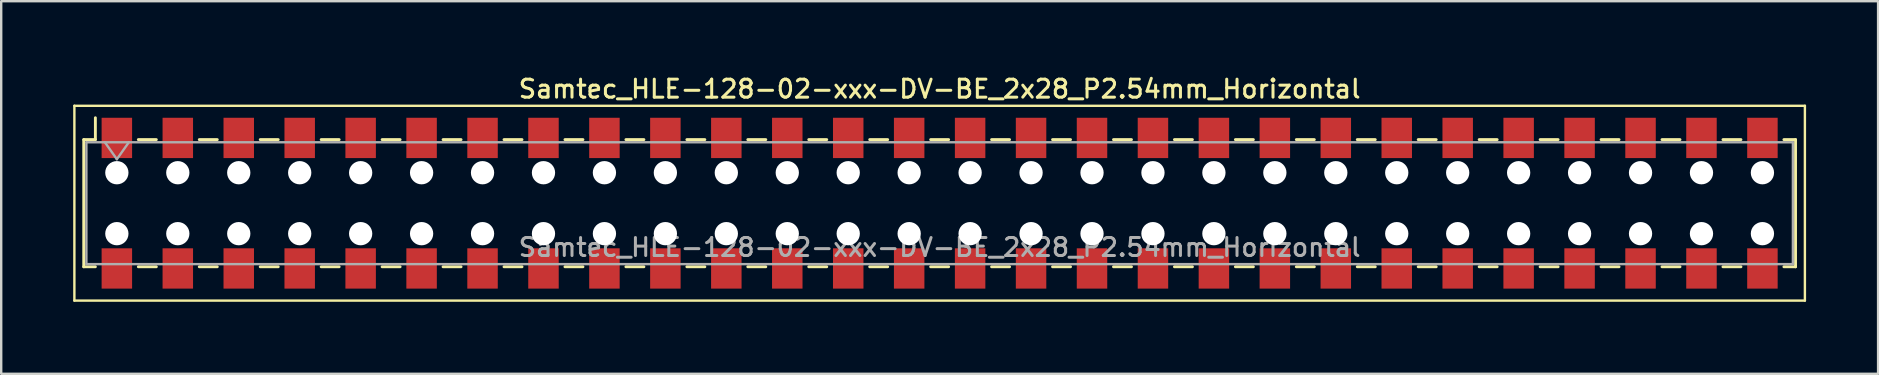
<source format=kicad_pcb>
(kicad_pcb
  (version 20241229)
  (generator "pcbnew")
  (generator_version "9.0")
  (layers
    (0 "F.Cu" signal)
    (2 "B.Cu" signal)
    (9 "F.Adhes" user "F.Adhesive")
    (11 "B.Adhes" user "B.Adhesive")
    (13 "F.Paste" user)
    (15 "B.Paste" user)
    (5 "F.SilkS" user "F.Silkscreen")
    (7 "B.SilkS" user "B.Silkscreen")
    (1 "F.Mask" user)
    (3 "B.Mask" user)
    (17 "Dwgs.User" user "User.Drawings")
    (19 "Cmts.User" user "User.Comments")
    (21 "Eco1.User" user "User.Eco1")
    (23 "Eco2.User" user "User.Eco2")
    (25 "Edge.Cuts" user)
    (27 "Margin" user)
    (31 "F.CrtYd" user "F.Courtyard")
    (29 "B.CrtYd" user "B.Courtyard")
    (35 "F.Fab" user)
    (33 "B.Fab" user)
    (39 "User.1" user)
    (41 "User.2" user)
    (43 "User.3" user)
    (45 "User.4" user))
  (footprint "Samtec_HLE-128-02-xxx-DV-BE_2x28_P2.54mm_Horizontal"
    (layer "F.Cu")
    (at 36.11 5.418)
    (property "Reference" "Samtec_HLE-128-02-xxx-DV-BE_2x28_P2.54mm_Horizontal" (at 0 -4.76 0) (layer "F.SilkS") (effects (font (size 0.75 0.75) (thickness 0.125))))
    (attr smd)
    (fp_line (start -36.06 -4.06) (end 36.06 -4.06) (stroke (width 0.1) (type solid)) (layer "F.SilkS"))
    (fp_line (start -36.06 4.06) (end -36.06 -4.06) (stroke (width 0.1) (type solid)) (layer "F.SilkS"))
    (fp_line (start -35.67 -2.65) (end -35.67 2.65) (stroke (width 0.12) (type solid)) (layer "F.SilkS"))
    (fp_line (start -35.67 2.65) (end -35.185 2.65) (stroke (width 0.12) (type solid)) (layer "F.SilkS"))
    (fp_line (start -35.185 -3.56) (end -35.185 -2.65) (stroke (width 0.12) (type solid)) (layer "F.SilkS"))
    (fp_line (start -35.185 -2.65) (end -35.67 -2.65) (stroke (width 0.12) (type solid)) (layer "F.SilkS"))
    (fp_line (start -33.395 -2.65) (end -32.645 -2.65) (stroke (width 0.12) (type solid)) (layer "F.SilkS"))
    (fp_line (start -33.395 2.65) (end -32.645 2.65) (stroke (width 0.12) (type solid)) (layer "F.SilkS"))
    (fp_line (start -30.855 -2.65) (end -30.105 -2.65) (stroke (width 0.12) (type solid)) (layer "F.SilkS"))
    (fp_line (start -30.855 2.65) (end -30.105 2.65) (stroke (width 0.12) (type solid)) (layer "F.SilkS"))
    (fp_line (start -28.315 -2.65) (end -27.565 -2.65) (stroke (width 0.12) (type solid)) (layer "F.SilkS"))
    (fp_line (start -28.315 2.65) (end -27.565 2.65) (stroke (width 0.12) (type solid)) (layer "F.SilkS"))
    (fp_line (start -25.775 -2.65) (end -25.025 -2.65) (stroke (width 0.12) (type solid)) (layer "F.SilkS"))
    (fp_line (start -25.775 2.65) (end -25.025 2.65) (stroke (width 0.12) (type solid)) (layer "F.SilkS"))
    (fp_line (start -23.235 -2.65) (end -22.485 -2.65) (stroke (width 0.12) (type solid)) (layer "F.SilkS"))
    (fp_line (start -23.235 2.65) (end -22.485 2.65) (stroke (width 0.12) (type solid)) (layer "F.SilkS"))
    (fp_line (start -20.695 -2.65) (end -19.945 -2.65) (stroke (width 0.12) (type solid)) (layer "F.SilkS"))
    (fp_line (start -20.695 2.65) (end -19.945 2.65) (stroke (width 0.12) (type solid)) (layer "F.SilkS"))
    (fp_line (start -18.155 -2.65) (end -17.405 -2.65) (stroke (width 0.12) (type solid)) (layer "F.SilkS"))
    (fp_line (start -18.155 2.65) (end -17.405 2.65) (stroke (width 0.12) (type solid)) (layer "F.SilkS"))
    (fp_line (start -15.615 -2.65) (end -14.865 -2.65) (stroke (width 0.12) (type solid)) (layer "F.SilkS"))
    (fp_line (start -15.615 2.65) (end -14.865 2.65) (stroke (width 0.12) (type solid)) (layer "F.SilkS"))
    (fp_line (start -13.075 -2.65) (end -12.325 -2.65) (stroke (width 0.12) (type solid)) (layer "F.SilkS"))
    (fp_line (start -13.075 2.65) (end -12.325 2.65) (stroke (width 0.12) (type solid)) (layer "F.SilkS"))
    (fp_line (start -10.535 -2.65) (end -9.785 -2.65) (stroke (width 0.12) (type solid)) (layer "F.SilkS"))
    (fp_line (start -10.535 2.65) (end -9.785 2.65) (stroke (width 0.12) (type solid)) (layer "F.SilkS"))
    (fp_line (start -7.995 -2.65) (end -7.245 -2.65) (stroke (width 0.12) (type solid)) (layer "F.SilkS"))
    (fp_line (start -7.995 2.65) (end -7.245 2.65) (stroke (width 0.12) (type solid)) (layer "F.SilkS"))
    (fp_line (start -5.455 -2.65) (end -4.705 -2.65) (stroke (width 0.12) (type solid)) (layer "F.SilkS"))
    (fp_line (start -5.455 2.65) (end -4.705 2.65) (stroke (width 0.12) (type solid)) (layer "F.SilkS"))
    (fp_line (start -2.915 -2.65) (end -2.165 -2.65) (stroke (width 0.12) (type solid)) (layer "F.SilkS"))
    (fp_line (start -2.915 2.65) (end -2.165 2.65) (stroke (width 0.12) (type solid)) (layer "F.SilkS"))
    (fp_line (start -0.375 -2.65) (end 0.375 -2.65) (stroke (width 0.12) (type solid)) (layer "F.SilkS"))
    (fp_line (start -0.375 2.65) (end 0.375 2.65) (stroke (width 0.12) (type solid)) (layer "F.SilkS"))
    (fp_line (start 2.165 -2.65) (end 2.915 -2.65) (stroke (width 0.12) (type solid)) (layer "F.SilkS"))
    (fp_line (start 2.165 2.65) (end 2.915 2.65) (stroke (width 0.12) (type solid)) (layer "F.SilkS"))
    (fp_line (start 4.705 -2.65) (end 5.455 -2.65) (stroke (width 0.12) (type solid)) (layer "F.SilkS"))
    (fp_line (start 4.705 2.65) (end 5.455 2.65) (stroke (width 0.12) (type solid)) (layer "F.SilkS"))
    (fp_line (start 7.245 -2.65) (end 7.995 -2.65) (stroke (width 0.12) (type solid)) (layer "F.SilkS"))
    (fp_line (start 7.245 2.65) (end 7.995 2.65) (stroke (width 0.12) (type solid)) (layer "F.SilkS"))
    (fp_line (start 9.785 -2.65) (end 10.535 -2.65) (stroke (width 0.12) (type solid)) (layer "F.SilkS"))
    (fp_line (start 9.785 2.65) (end 10.535 2.65) (stroke (width 0.12) (type solid)) (layer "F.SilkS"))
    (fp_line (start 12.325 -2.65) (end 13.075 -2.65) (stroke (width 0.12) (type solid)) (layer "F.SilkS"))
    (fp_line (start 12.325 2.65) (end 13.075 2.65) (stroke (width 0.12) (type solid)) (layer "F.SilkS"))
    (fp_line (start 14.865 -2.65) (end 15.615 -2.65) (stroke (width 0.12) (type solid)) (layer "F.SilkS"))
    (fp_line (start 14.865 2.65) (end 15.615 2.65) (stroke (width 0.12) (type solid)) (layer "F.SilkS"))
    (fp_line (start 17.405 -2.65) (end 18.155 -2.65) (stroke (width 0.12) (type solid)) (layer "F.SilkS"))
    (fp_line (start 17.405 2.65) (end 18.155 2.65) (stroke (width 0.12) (type solid)) (layer "F.SilkS"))
    (fp_line (start 19.945 -2.65) (end 20.695 -2.65) (stroke (width 0.12) (type solid)) (layer "F.SilkS"))
    (fp_line (start 19.945 2.65) (end 20.695 2.65) (stroke (width 0.12) (type solid)) (layer "F.SilkS"))
    (fp_line (start 22.485 -2.65) (end 23.235 -2.65) (stroke (width 0.12) (type solid)) (layer "F.SilkS"))
    (fp_line (start 22.485 2.65) (end 23.235 2.65) (stroke (width 0.12) (type solid)) (layer "F.SilkS"))
    (fp_line (start 25.025 -2.65) (end 25.775 -2.65) (stroke (width 0.12) (type solid)) (layer "F.SilkS"))
    (fp_line (start 25.025 2.65) (end 25.775 2.65) (stroke (width 0.12) (type solid)) (layer "F.SilkS"))
    (fp_line (start 27.565 -2.65) (end 28.315 -2.65) (stroke (width 0.12) (type solid)) (layer "F.SilkS"))
    (fp_line (start 27.565 2.65) (end 28.315 2.65) (stroke (width 0.12) (type solid)) (layer "F.SilkS"))
    (fp_line (start 30.105 -2.65) (end 30.855 -2.65) (stroke (width 0.12) (type solid)) (layer "F.SilkS"))
    (fp_line (start 30.105 2.65) (end 30.855 2.65) (stroke (width 0.12) (type solid)) (layer "F.SilkS"))
    (fp_line (start 32.645 -2.65) (end 33.395 -2.65) (stroke (width 0.12) (type solid)) (layer "F.SilkS"))
    (fp_line (start 32.645 2.65) (end 33.395 2.65) (stroke (width 0.12) (type solid)) (layer "F.SilkS"))
    (fp_line (start 35.185 -2.65) (end 35.67 -2.65) (stroke (width 0.12) (type solid)) (layer "F.SilkS"))
    (fp_line (start 35.67 -2.65) (end 35.67 2.65) (stroke (width 0.12) (type solid)) (layer "F.SilkS"))
    (fp_line (start 35.67 2.65) (end 35.185 2.65) (stroke (width 0.12) (type solid)) (layer "F.SilkS"))
    (fp_line (start 36.06 -4.06) (end 36.06 4.06) (stroke (width 0.1) (type solid)) (layer "F.SilkS"))
    (fp_line (start 36.06 4.06) (end -36.06 4.06) (stroke (width 0.1) (type solid)) (layer "F.SilkS"))
    (fp_line (start -35.56 -2.54) (end 35.56 -2.54) (stroke (width 0.1) (type solid)) (layer "F.Fab"))
    (fp_line (start -35.56 2.54) (end -35.56 -2.54) (stroke (width 0.1) (type solid)) (layer "F.Fab"))
    (fp_line (start -34.79 -2.54) (end -34.29 -1.833) (stroke (width 0.1) (type solid)) (layer "F.Fab"))
    (fp_line (start -34.29 -1.833) (end -33.79 -2.54) (stroke (width 0.1) (type solid)) (layer "F.Fab"))
    (fp_line (start 35.56 -2.54) (end 35.56 2.54) (stroke (width 0.1) (type solid)) (layer "F.Fab"))
    (fp_line (start 35.56 2.54) (end -35.56 2.54) (stroke (width 0.1) (type solid)) (layer "F.Fab"))
    (fp_text user "${REFERENCE}" (at 0 1.84 0) (layer "F.Fab") (effects (font (size 0.75 0.75) (thickness 0.125))))
    (pad "" np_thru_hole circle (at -34.29 -1.27) (size 0.97 0.97) (drill 0.97) (layers "*.Cu" "*.Mask"))
    (pad "" np_thru_hole circle (at -34.29 1.27) (size 0.97 0.97) (drill 0.97) (layers "*.Cu" "*.Mask"))
    (pad "" np_thru_hole circle (at -31.75 -1.27) (size 0.97 0.97) (drill 0.97) (layers "*.Cu" "*.Mask"))
    (pad "" np_thru_hole circle (at -31.75 1.27) (size 0.97 0.97) (drill 0.97) (layers "*.Cu" "*.Mask"))
    (pad "" np_thru_hole circle (at -29.21 -1.27) (size 0.97 0.97) (drill 0.97) (layers "*.Cu" "*.Mask"))
    (pad "" np_thru_hole circle (at -29.21 1.27) (size 0.97 0.97) (drill 0.97) (layers "*.Cu" "*.Mask"))
    (pad "" np_thru_hole circle (at -26.67 -1.27) (size 0.97 0.97) (drill 0.97) (layers "*.Cu" "*.Mask"))
    (pad "" np_thru_hole circle (at -26.67 1.27) (size 0.97 0.97) (drill 0.97) (layers "*.Cu" "*.Mask"))
    (pad "" np_thru_hole circle (at -24.13 -1.27) (size 0.97 0.97) (drill 0.97) (layers "*.Cu" "*.Mask"))
    (pad "" np_thru_hole circle (at -24.13 1.27) (size 0.97 0.97) (drill 0.97) (layers "*.Cu" "*.Mask"))
    (pad "" np_thru_hole circle (at -21.59 -1.27) (size 0.97 0.97) (drill 0.97) (layers "*.Cu" "*.Mask"))
    (pad "" np_thru_hole circle (at -21.59 1.27) (size 0.97 0.97) (drill 0.97) (layers "*.Cu" "*.Mask"))
    (pad "" np_thru_hole circle (at -19.05 -1.27) (size 0.97 0.97) (drill 0.97) (layers "*.Cu" "*.Mask"))
    (pad "" np_thru_hole circle (at -19.05 1.27) (size 0.97 0.97) (drill 0.97) (layers "*.Cu" "*.Mask"))
    (pad "" np_thru_hole circle (at -16.51 -1.27) (size 0.97 0.97) (drill 0.97) (layers "*.Cu" "*.Mask"))
    (pad "" np_thru_hole circle (at -16.51 1.27) (size 0.97 0.97) (drill 0.97) (layers "*.Cu" "*.Mask"))
    (pad "" np_thru_hole circle (at -13.97 -1.27) (size 0.97 0.97) (drill 0.97) (layers "*.Cu" "*.Mask"))
    (pad "" np_thru_hole circle (at -13.97 1.27) (size 0.97 0.97) (drill 0.97) (layers "*.Cu" "*.Mask"))
    (pad "" np_thru_hole circle (at -11.43 -1.27) (size 0.97 0.97) (drill 0.97) (layers "*.Cu" "*.Mask"))
    (pad "" np_thru_hole circle (at -11.43 1.27) (size 0.97 0.97) (drill 0.97) (layers "*.Cu" "*.Mask"))
    (pad "" np_thru_hole circle (at -8.89 -1.27) (size 0.97 0.97) (drill 0.97) (layers "*.Cu" "*.Mask"))
    (pad "" np_thru_hole circle (at -8.89 1.27) (size 0.97 0.97) (drill 0.97) (layers "*.Cu" "*.Mask"))
    (pad "" np_thru_hole circle (at -6.35 -1.27) (size 0.97 0.97) (drill 0.97) (layers "*.Cu" "*.Mask"))
    (pad "" np_thru_hole circle (at -6.35 1.27) (size 0.97 0.97) (drill 0.97) (layers "*.Cu" "*.Mask"))
    (pad "" np_thru_hole circle (at -3.81 -1.27) (size 0.97 0.97) (drill 0.97) (layers "*.Cu" "*.Mask"))
    (pad "" np_thru_hole circle (at -3.81 1.27) (size 0.97 0.97) (drill 0.97) (layers "*.Cu" "*.Mask"))
    (pad "" np_thru_hole circle (at -1.27 -1.27) (size 0.97 0.97) (drill 0.97) (layers "*.Cu" "*.Mask"))
    (pad "" np_thru_hole circle (at -1.27 1.27) (size 0.97 0.97) (drill 0.97) (layers "*.Cu" "*.Mask"))
    (pad "" np_thru_hole circle (at 1.27 -1.27) (size 0.97 0.97) (drill 0.97) (layers "*.Cu" "*.Mask"))
    (pad "" np_thru_hole circle (at 1.27 1.27) (size 0.97 0.97) (drill 0.97) (layers "*.Cu" "*.Mask"))
    (pad "" np_thru_hole circle (at 3.81 -1.27) (size 0.97 0.97) (drill 0.97) (layers "*.Cu" "*.Mask"))
    (pad "" np_thru_hole circle (at 3.81 1.27) (size 0.97 0.97) (drill 0.97) (layers "*.Cu" "*.Mask"))
    (pad "" np_thru_hole circle (at 6.35 -1.27) (size 0.97 0.97) (drill 0.97) (layers "*.Cu" "*.Mask"))
    (pad "" np_thru_hole circle (at 6.35 1.27) (size 0.97 0.97) (drill 0.97) (layers "*.Cu" "*.Mask"))
    (pad "" np_thru_hole circle (at 8.89 -1.27) (size 0.97 0.97) (drill 0.97) (layers "*.Cu" "*.Mask"))
    (pad "" np_thru_hole circle (at 8.89 1.27) (size 0.97 0.97) (drill 0.97) (layers "*.Cu" "*.Mask"))
    (pad "" np_thru_hole circle (at 11.43 -1.27) (size 0.97 0.97) (drill 0.97) (layers "*.Cu" "*.Mask"))
    (pad "" np_thru_hole circle (at 11.43 1.27) (size 0.97 0.97) (drill 0.97) (layers "*.Cu" "*.Mask"))
    (pad "" np_thru_hole circle (at 13.97 -1.27) (size 0.97 0.97) (drill 0.97) (layers "*.Cu" "*.Mask"))
    (pad "" np_thru_hole circle (at 13.97 1.27) (size 0.97 0.97) (drill 0.97) (layers "*.Cu" "*.Mask"))
    (pad "" np_thru_hole circle (at 16.51 -1.27) (size 0.97 0.97) (drill 0.97) (layers "*.Cu" "*.Mask"))
    (pad "" np_thru_hole circle (at 16.51 1.27) (size 0.97 0.97) (drill 0.97) (layers "*.Cu" "*.Mask"))
    (pad "" np_thru_hole circle (at 19.05 -1.27) (size 0.97 0.97) (drill 0.97) (layers "*.Cu" "*.Mask"))
    (pad "" np_thru_hole circle (at 19.05 1.27) (size 0.97 0.97) (drill 0.97) (layers "*.Cu" "*.Mask"))
    (pad "" np_thru_hole circle (at 21.59 -1.27) (size 0.97 0.97) (drill 0.97) (layers "*.Cu" "*.Mask"))
    (pad "" np_thru_hole circle (at 21.59 1.27) (size 0.97 0.97) (drill 0.97) (layers "*.Cu" "*.Mask"))
    (pad "" np_thru_hole circle (at 24.13 -1.27) (size 0.97 0.97) (drill 0.97) (layers "*.Cu" "*.Mask"))
    (pad "" np_thru_hole circle (at 24.13 1.27) (size 0.97 0.97) (drill 0.97) (layers "*.Cu" "*.Mask"))
    (pad "" np_thru_hole circle (at 26.67 -1.27) (size 0.97 0.97) (drill 0.97) (layers "*.Cu" "*.Mask"))
    (pad "" np_thru_hole circle (at 26.67 1.27) (size 0.97 0.97) (drill 0.97) (layers "*.Cu" "*.Mask"))
    (pad "" np_thru_hole circle (at 29.21 -1.27) (size 0.97 0.97) (drill 0.97) (layers "*.Cu" "*.Mask"))
    (pad "" np_thru_hole circle (at 29.21 1.27) (size 0.97 0.97) (drill 0.97) (layers "*.Cu" "*.Mask"))
    (pad "" np_thru_hole circle (at 31.75 -1.27) (size 0.97 0.97) (drill 0.97) (layers "*.Cu" "*.Mask"))
    (pad "" np_thru_hole circle (at 31.75 1.27) (size 0.97 0.97) (drill 0.97) (layers "*.Cu" "*.Mask"))
    (pad "" np_thru_hole circle (at 34.29 -1.27) (size 0.97 0.97) (drill 0.97) (layers "*.Cu" "*.Mask"))
    (pad "" np_thru_hole circle (at 34.29 1.27) (size 0.97 0.97) (drill 0.97) (layers "*.Cu" "*.Mask"))
    (pad "1" smd rect (at -34.29 -2.72) (size 1.27 1.68) (layers "F.Cu" "F.Mask" "F.Paste"))
    (pad "2" smd rect (at -34.29 2.72) (size 1.27 1.68) (layers "F.Cu" "F.Mask" "F.Paste"))
    (pad "3" smd rect (at -31.75 -2.72) (size 1.27 1.68) (layers "F.Cu" "F.Mask" "F.Paste"))
    (pad "4" smd rect (at -31.75 2.72) (size 1.27 1.68) (layers "F.Cu" "F.Mask" "F.Paste"))
    (pad "5" smd rect (at -29.21 -2.72) (size 1.27 1.68) (layers "F.Cu" "F.Mask" "F.Paste"))
    (pad "6" smd rect (at -29.21 2.72) (size 1.27 1.68) (layers "F.Cu" "F.Mask" "F.Paste"))
    (pad "7" smd rect (at -26.67 -2.72) (size 1.27 1.68) (layers "F.Cu" "F.Mask" "F.Paste"))
    (pad "8" smd rect (at -26.67 2.72) (size 1.27 1.68) (layers "F.Cu" "F.Mask" "F.Paste"))
    (pad "9" smd rect (at -24.13 -2.72) (size 1.27 1.68) (layers "F.Cu" "F.Mask" "F.Paste"))
    (pad "10" smd rect (at -24.13 2.72) (size 1.27 1.68) (layers "F.Cu" "F.Mask" "F.Paste"))
    (pad "11" smd rect (at -21.59 -2.72) (size 1.27 1.68) (layers "F.Cu" "F.Mask" "F.Paste"))
    (pad "12" smd rect (at -21.59 2.72) (size 1.27 1.68) (layers "F.Cu" "F.Mask" "F.Paste"))
    (pad "13" smd rect (at -19.05 -2.72) (size 1.27 1.68) (layers "F.Cu" "F.Mask" "F.Paste"))
    (pad "14" smd rect (at -19.05 2.72) (size 1.27 1.68) (layers "F.Cu" "F.Mask" "F.Paste"))
    (pad "15" smd rect (at -16.51 -2.72) (size 1.27 1.68) (layers "F.Cu" "F.Mask" "F.Paste"))
    (pad "16" smd rect (at -16.51 2.72) (size 1.27 1.68) (layers "F.Cu" "F.Mask" "F.Paste"))
    (pad "17" smd rect (at -13.97 -2.72) (size 1.27 1.68) (layers "F.Cu" "F.Mask" "F.Paste"))
    (pad "18" smd rect (at -13.97 2.72) (size 1.27 1.68) (layers "F.Cu" "F.Mask" "F.Paste"))
    (pad "19" smd rect (at -11.43 -2.72) (size 1.27 1.68) (layers "F.Cu" "F.Mask" "F.Paste"))
    (pad "20" smd rect (at -11.43 2.72) (size 1.27 1.68) (layers "F.Cu" "F.Mask" "F.Paste"))
    (pad "21" smd rect (at -8.89 -2.72) (size 1.27 1.68) (layers "F.Cu" "F.Mask" "F.Paste"))
    (pad "22" smd rect (at -8.89 2.72) (size 1.27 1.68) (layers "F.Cu" "F.Mask" "F.Paste"))
    (pad "23" smd rect (at -6.35 -2.72) (size 1.27 1.68) (layers "F.Cu" "F.Mask" "F.Paste"))
    (pad "24" smd rect (at -6.35 2.72) (size 1.27 1.68) (layers "F.Cu" "F.Mask" "F.Paste"))
    (pad "25" smd rect (at -3.81 -2.72) (size 1.27 1.68) (layers "F.Cu" "F.Mask" "F.Paste"))
    (pad "26" smd rect (at -3.81 2.72) (size 1.27 1.68) (layers "F.Cu" "F.Mask" "F.Paste"))
    (pad "27" smd rect (at -1.27 -2.72) (size 1.27 1.68) (layers "F.Cu" "F.Mask" "F.Paste"))
    (pad "28" smd rect (at -1.27 2.72) (size 1.27 1.68) (layers "F.Cu" "F.Mask" "F.Paste"))
    (pad "29" smd rect (at 1.27 -2.72) (size 1.27 1.68) (layers "F.Cu" "F.Mask" "F.Paste"))
    (pad "30" smd rect (at 1.27 2.72) (size 1.27 1.68) (layers "F.Cu" "F.Mask" "F.Paste"))
    (pad "31" smd rect (at 3.81 -2.72) (size 1.27 1.68) (layers "F.Cu" "F.Mask" "F.Paste"))
    (pad "32" smd rect (at 3.81 2.72) (size 1.27 1.68) (layers "F.Cu" "F.Mask" "F.Paste"))
    (pad "33" smd rect (at 6.35 -2.72) (size 1.27 1.68) (layers "F.Cu" "F.Mask" "F.Paste"))
    (pad "34" smd rect (at 6.35 2.72) (size 1.27 1.68) (layers "F.Cu" "F.Mask" "F.Paste"))
    (pad "35" smd rect (at 8.89 -2.72) (size 1.27 1.68) (layers "F.Cu" "F.Mask" "F.Paste"))
    (pad "36" smd rect (at 8.89 2.72) (size 1.27 1.68) (layers "F.Cu" "F.Mask" "F.Paste"))
    (pad "37" smd rect (at 11.43 -2.72) (size 1.27 1.68) (layers "F.Cu" "F.Mask" "F.Paste"))
    (pad "38" smd rect (at 11.43 2.72) (size 1.27 1.68) (layers "F.Cu" "F.Mask" "F.Paste"))
    (pad "39" smd rect (at 13.97 -2.72) (size 1.27 1.68) (layers "F.Cu" "F.Mask" "F.Paste"))
    (pad "40" smd rect (at 13.97 2.72) (size 1.27 1.68) (layers "F.Cu" "F.Mask" "F.Paste"))
    (pad "41" smd rect (at 16.51 -2.72) (size 1.27 1.68) (layers "F.Cu" "F.Mask" "F.Paste"))
    (pad "42" smd rect (at 16.51 2.72) (size 1.27 1.68) (layers "F.Cu" "F.Mask" "F.Paste"))
    (pad "43" smd rect (at 19.05 -2.72) (size 1.27 1.68) (layers "F.Cu" "F.Mask" "F.Paste"))
    (pad "44" smd rect (at 19.05 2.72) (size 1.27 1.68) (layers "F.Cu" "F.Mask" "F.Paste"))
    (pad "45" smd rect (at 21.59 -2.72) (size 1.27 1.68) (layers "F.Cu" "F.Mask" "F.Paste"))
    (pad "46" smd rect (at 21.59 2.72) (size 1.27 1.68) (layers "F.Cu" "F.Mask" "F.Paste"))
    (pad "47" smd rect (at 24.13 -2.72) (size 1.27 1.68) (layers "F.Cu" "F.Mask" "F.Paste"))
    (pad "48" smd rect (at 24.13 2.72) (size 1.27 1.68) (layers "F.Cu" "F.Mask" "F.Paste"))
    (pad "49" smd rect (at 26.67 -2.72) (size 1.27 1.68) (layers "F.Cu" "F.Mask" "F.Paste"))
    (pad "50" smd rect (at 26.67 2.72) (size 1.27 1.68) (layers "F.Cu" "F.Mask" "F.Paste"))
    (pad "51" smd rect (at 29.21 -2.72) (size 1.27 1.68) (layers "F.Cu" "F.Mask" "F.Paste"))
    (pad "52" smd rect (at 29.21 2.72) (size 1.27 1.68) (layers "F.Cu" "F.Mask" "F.Paste"))
    (pad "53" smd rect (at 31.75 -2.72) (size 1.27 1.68) (layers "F.Cu" "F.Mask" "F.Paste"))
    (pad "54" smd rect (at 31.75 2.72) (size 1.27 1.68) (layers "F.Cu" "F.Mask" "F.Paste"))
    (pad "55" smd rect (at 34.29 -2.72) (size 1.27 1.68) (layers "F.Cu" "F.Mask" "F.Paste"))
    (pad "56" smd rect (at 34.29 2.72) (size 1.27 1.68) (layers "F.Cu" "F.Mask" "F.Paste")))
  (gr_rect
    (start -3 -3)
    (end 75.22 12.528)
    (stroke (width 0.1) (type default))
    (fill no)
    (layer "Edge.Cuts")))
</source>
